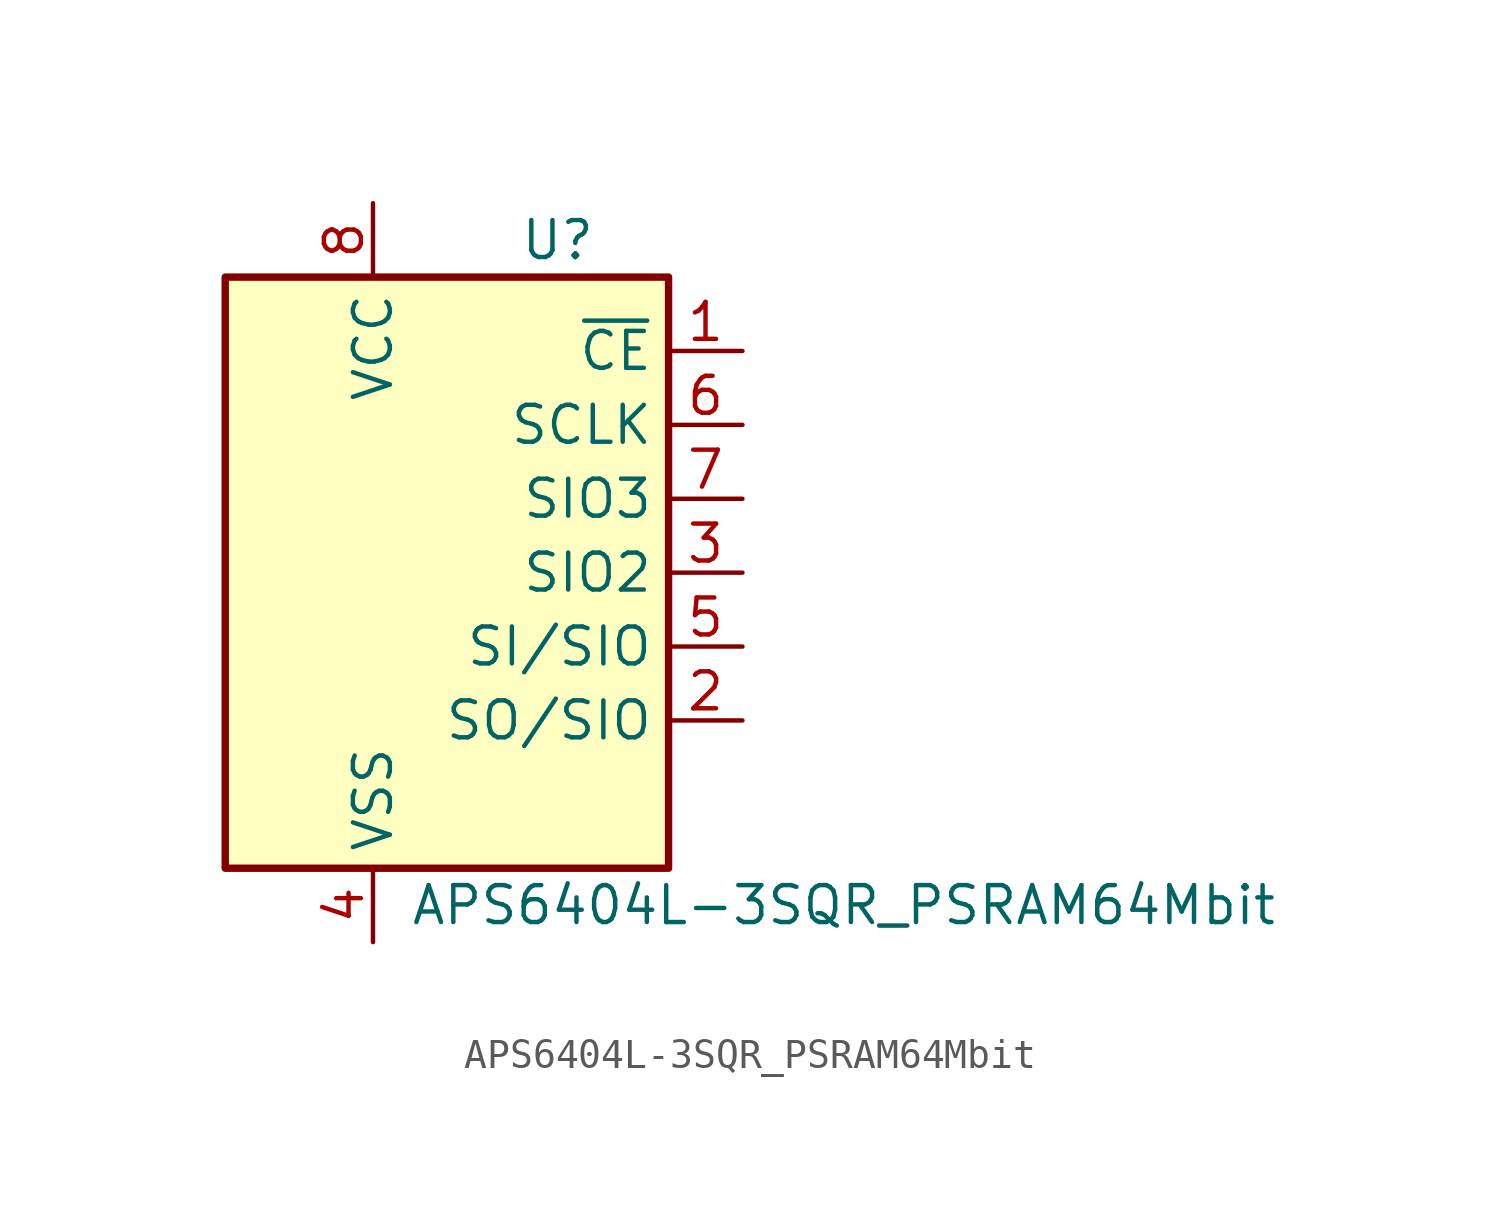
<source format=kicad_sym>
(kicad_symbol_lib
  (version 20211014)
  (generator kicad_symbol_editor)
  (symbol "APS6404L-3SQR_PSRAM64Mbit"
    (property "Reference" "U"
      (at 3.81 11.43 0)
      (effects (font (size 1.27 1.27))))
    (property "Value" "APS6404L-3SQR_PSRAM64Mbit"
      (at -1.27 -11.43 0)
      (effects (font (size 1.27 1.27)) (justify left)))
    (symbol "APS6404L-3SQR_PSRAM64Mbit_0_1"
      (rectangle (start -7.62 10.16) (end 7.62 -10.16) (stroke (width 0.254) (type default) (color 0 0 0 0)) (fill (type background))))
    (symbol "APS6404L-3SQR_PSRAM64Mbit_1_1"
      (pin input line (at 10.16 7.62 180) (length 2.54) (name "~{CE}" (effects (font (size 1.27 1.27)))) (number "1" (effects (font (size 1.27 1.27)))))
      (pin output line (at 10.16 -5.08 180) (length 2.54) (name "SO/SIO" (effects (font (size 1.27 1.27)))) (number "2" (effects (font (size 1.27 1.27)))))
      (pin bidirectional line (at 10.16 0 180) (length 2.54) (name "SIO2" (effects (font (size 1.27 1.27)))) (number "3" (effects (font (size 1.27 1.27)))))
      (pin power_in line (at -2.54 -12.7 90) (length 2.54) (name "VSS" (effects (font (size 1.27 1.27)))) (number "4" (effects (font (size 1.27 1.27)))))
      (pin input line (at 10.16 -2.54 180) (length 2.54) (name "SI/SIO" (effects (font (size 1.27 1.27)))) (number "5" (effects (font (size 1.27 1.27)))))
      (pin output line (at 10.16 5.08 180) (length 2.54) (name "SCLK" (effects (font (size 1.27 1.27)))) (number "6" (effects (font (size 1.27 1.27)))))
      (pin bidirectional line (at 10.16 2.54 180) (length 2.54) (name "SIO3" (effects (font (size 1.27 1.27)))) (number "7" (effects (font (size 1.27 1.27)))))
      (pin power_in line (at -2.54 12.7 270) (length 2.54) (name "VCC" (effects (font (size 1.27 1.27)))) (number "8" (effects (font (size 1.27 1.27))))))))
</source>
